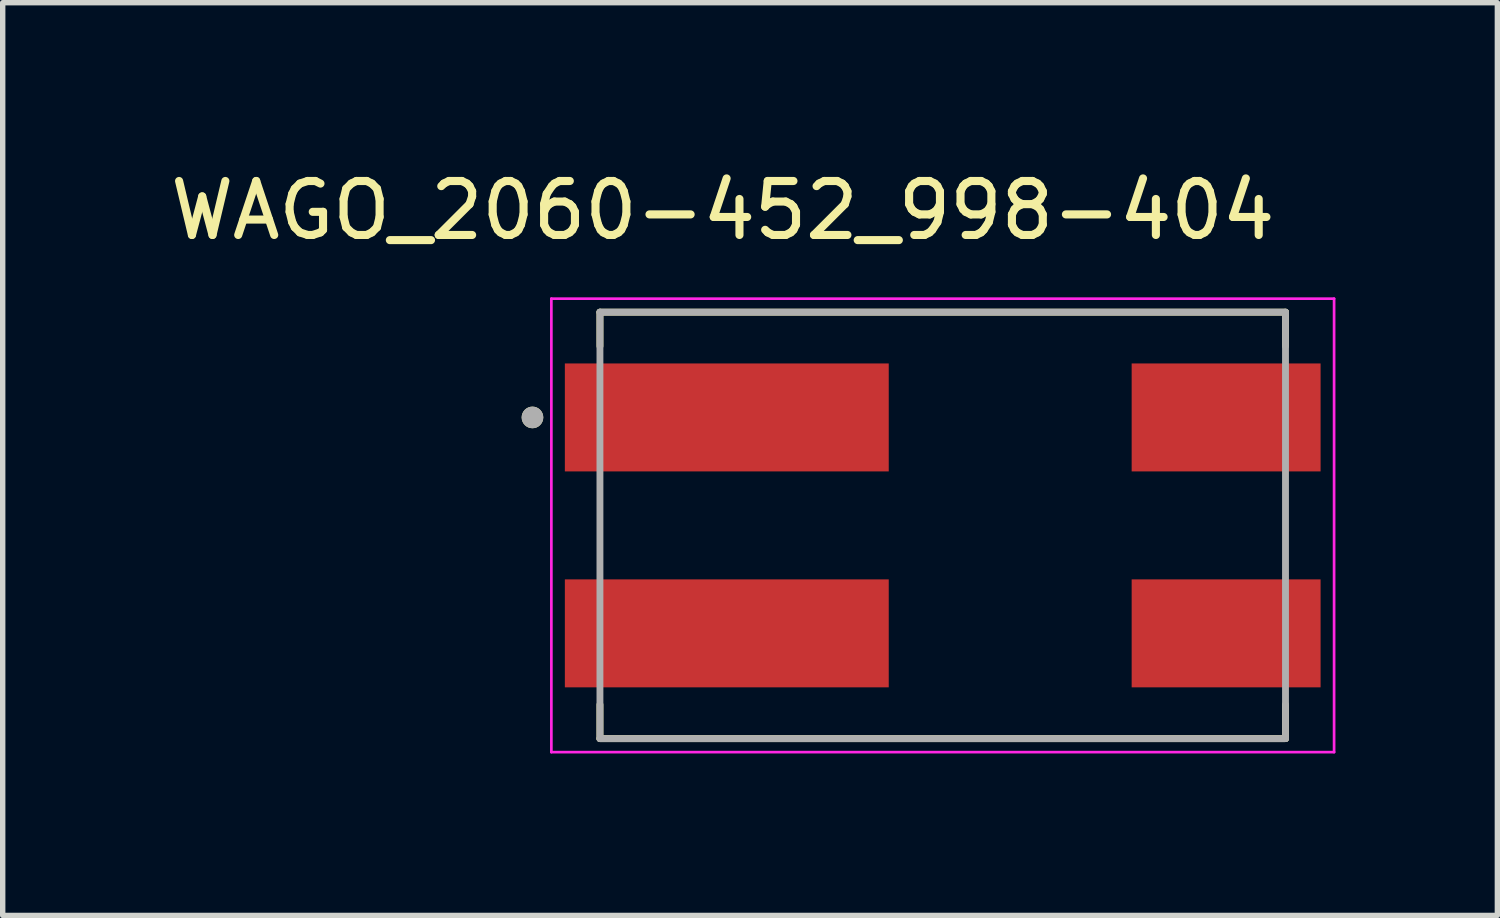
<source format=kicad_pcb>
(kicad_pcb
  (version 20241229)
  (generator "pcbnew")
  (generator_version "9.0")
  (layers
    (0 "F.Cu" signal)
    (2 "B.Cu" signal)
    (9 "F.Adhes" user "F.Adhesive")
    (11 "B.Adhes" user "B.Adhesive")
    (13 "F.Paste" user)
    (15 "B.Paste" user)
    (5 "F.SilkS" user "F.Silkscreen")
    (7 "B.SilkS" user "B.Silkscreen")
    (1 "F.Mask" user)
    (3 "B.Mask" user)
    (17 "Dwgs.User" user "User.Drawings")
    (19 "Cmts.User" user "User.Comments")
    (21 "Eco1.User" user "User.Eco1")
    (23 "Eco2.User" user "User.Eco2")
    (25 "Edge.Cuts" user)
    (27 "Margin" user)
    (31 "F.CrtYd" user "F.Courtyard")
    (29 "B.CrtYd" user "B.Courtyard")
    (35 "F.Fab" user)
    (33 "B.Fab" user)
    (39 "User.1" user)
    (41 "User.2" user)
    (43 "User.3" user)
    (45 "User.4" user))
  (footprint "WAGO_2060-452_998-404"
    (layer "F.Cu")
    (at 14.414 6.683)
    (property "Reference" "WAGO_2060-452_998-404" (at -4.075 -5.835 0) (layer "F.SilkS") (effects (font (size 1 1) (thickness 0.15))))
    (attr smd)
    (fp_line (start -6.35 -3.95) (end -6.35 -3.32) (stroke (width 0.127) (type solid)) (layer "F.SilkS"))
    (fp_line (start -6.35 3.95) (end -6.35 3.32) (stroke (width 0.127) (type solid)) (layer "F.SilkS"))
    (fp_line (start -6.35 3.95) (end 6.35 3.95) (stroke (width 0.127) (type solid)) (layer "F.SilkS"))
    (fp_line (start 6.35 -3.95) (end -6.35 -3.95) (stroke (width 0.127) (type solid)) (layer "F.SilkS"))
    (fp_line (start 6.35 -3.32) (end 6.35 -3.95) (stroke (width 0.127) (type solid)) (layer "F.SilkS"))
    (fp_line (start 6.35 3.95) (end 6.35 3.32) (stroke (width 0.127) (type solid)) (layer "F.SilkS"))
    (fp_circle (center -7.6 -2) (end -7.5 -2) (stroke (width 0.2) (type solid)) (fill no) (layer "F.SilkS"))
    (fp_line (start -7.25 -4.2) (end -7.25 4.2) (stroke (width 0.05) (type solid)) (layer "F.CrtYd"))
    (fp_line (start -7.25 4.2) (end 7.25 4.2) (stroke (width 0.05) (type solid)) (layer "F.CrtYd"))
    (fp_line (start 7.25 -4.2) (end -7.25 -4.2) (stroke (width 0.05) (type solid)) (layer "F.CrtYd"))
    (fp_line (start 7.25 4.2) (end 7.25 -4.2) (stroke (width 0.05) (type solid)) (layer "F.CrtYd"))
    (fp_line (start -6.35 -3.95) (end -6.35 3.95) (stroke (width 0.127) (type solid)) (layer "F.Fab"))
    (fp_line (start -6.35 3.95) (end 6.35 3.95) (stroke (width 0.127) (type solid)) (layer "F.Fab"))
    (fp_line (start 6.35 -3.95) (end -6.35 -3.95) (stroke (width 0.127) (type solid)) (layer "F.Fab"))
    (fp_line (start 6.35 3.95) (end 6.35 -3.95) (stroke (width 0.127) (type solid)) (layer "F.Fab"))
    (fp_circle (center -7.6 -2) (end -7.5 -2) (stroke (width 0.2) (type solid)) (fill no) (layer "F.Fab"))
    (pad "1_1" smd rect (at -4 -2) (size 6 2) (layers "F.Cu" "F.Mask" "F.Paste"))
    (pad "1_2" smd rect (at 5.25 -2) (size 3.5 2) (layers "F.Cu" "F.Mask" "F.Paste"))
    (pad "2_1" smd rect (at -4 2) (size 6 2) (layers "F.Cu" "F.Mask" "F.Paste"))
    (pad "2_2" smd rect (at 5.25 2) (size 3.5 2) (layers "F.Cu" "F.Mask" "F.Paste")))
  (gr_rect
    (start -3 -3)
    (end 24.689 13.908)
    (stroke (width 0.1) (type default))
    (fill no)
    (layer "Edge.Cuts")))
</source>
